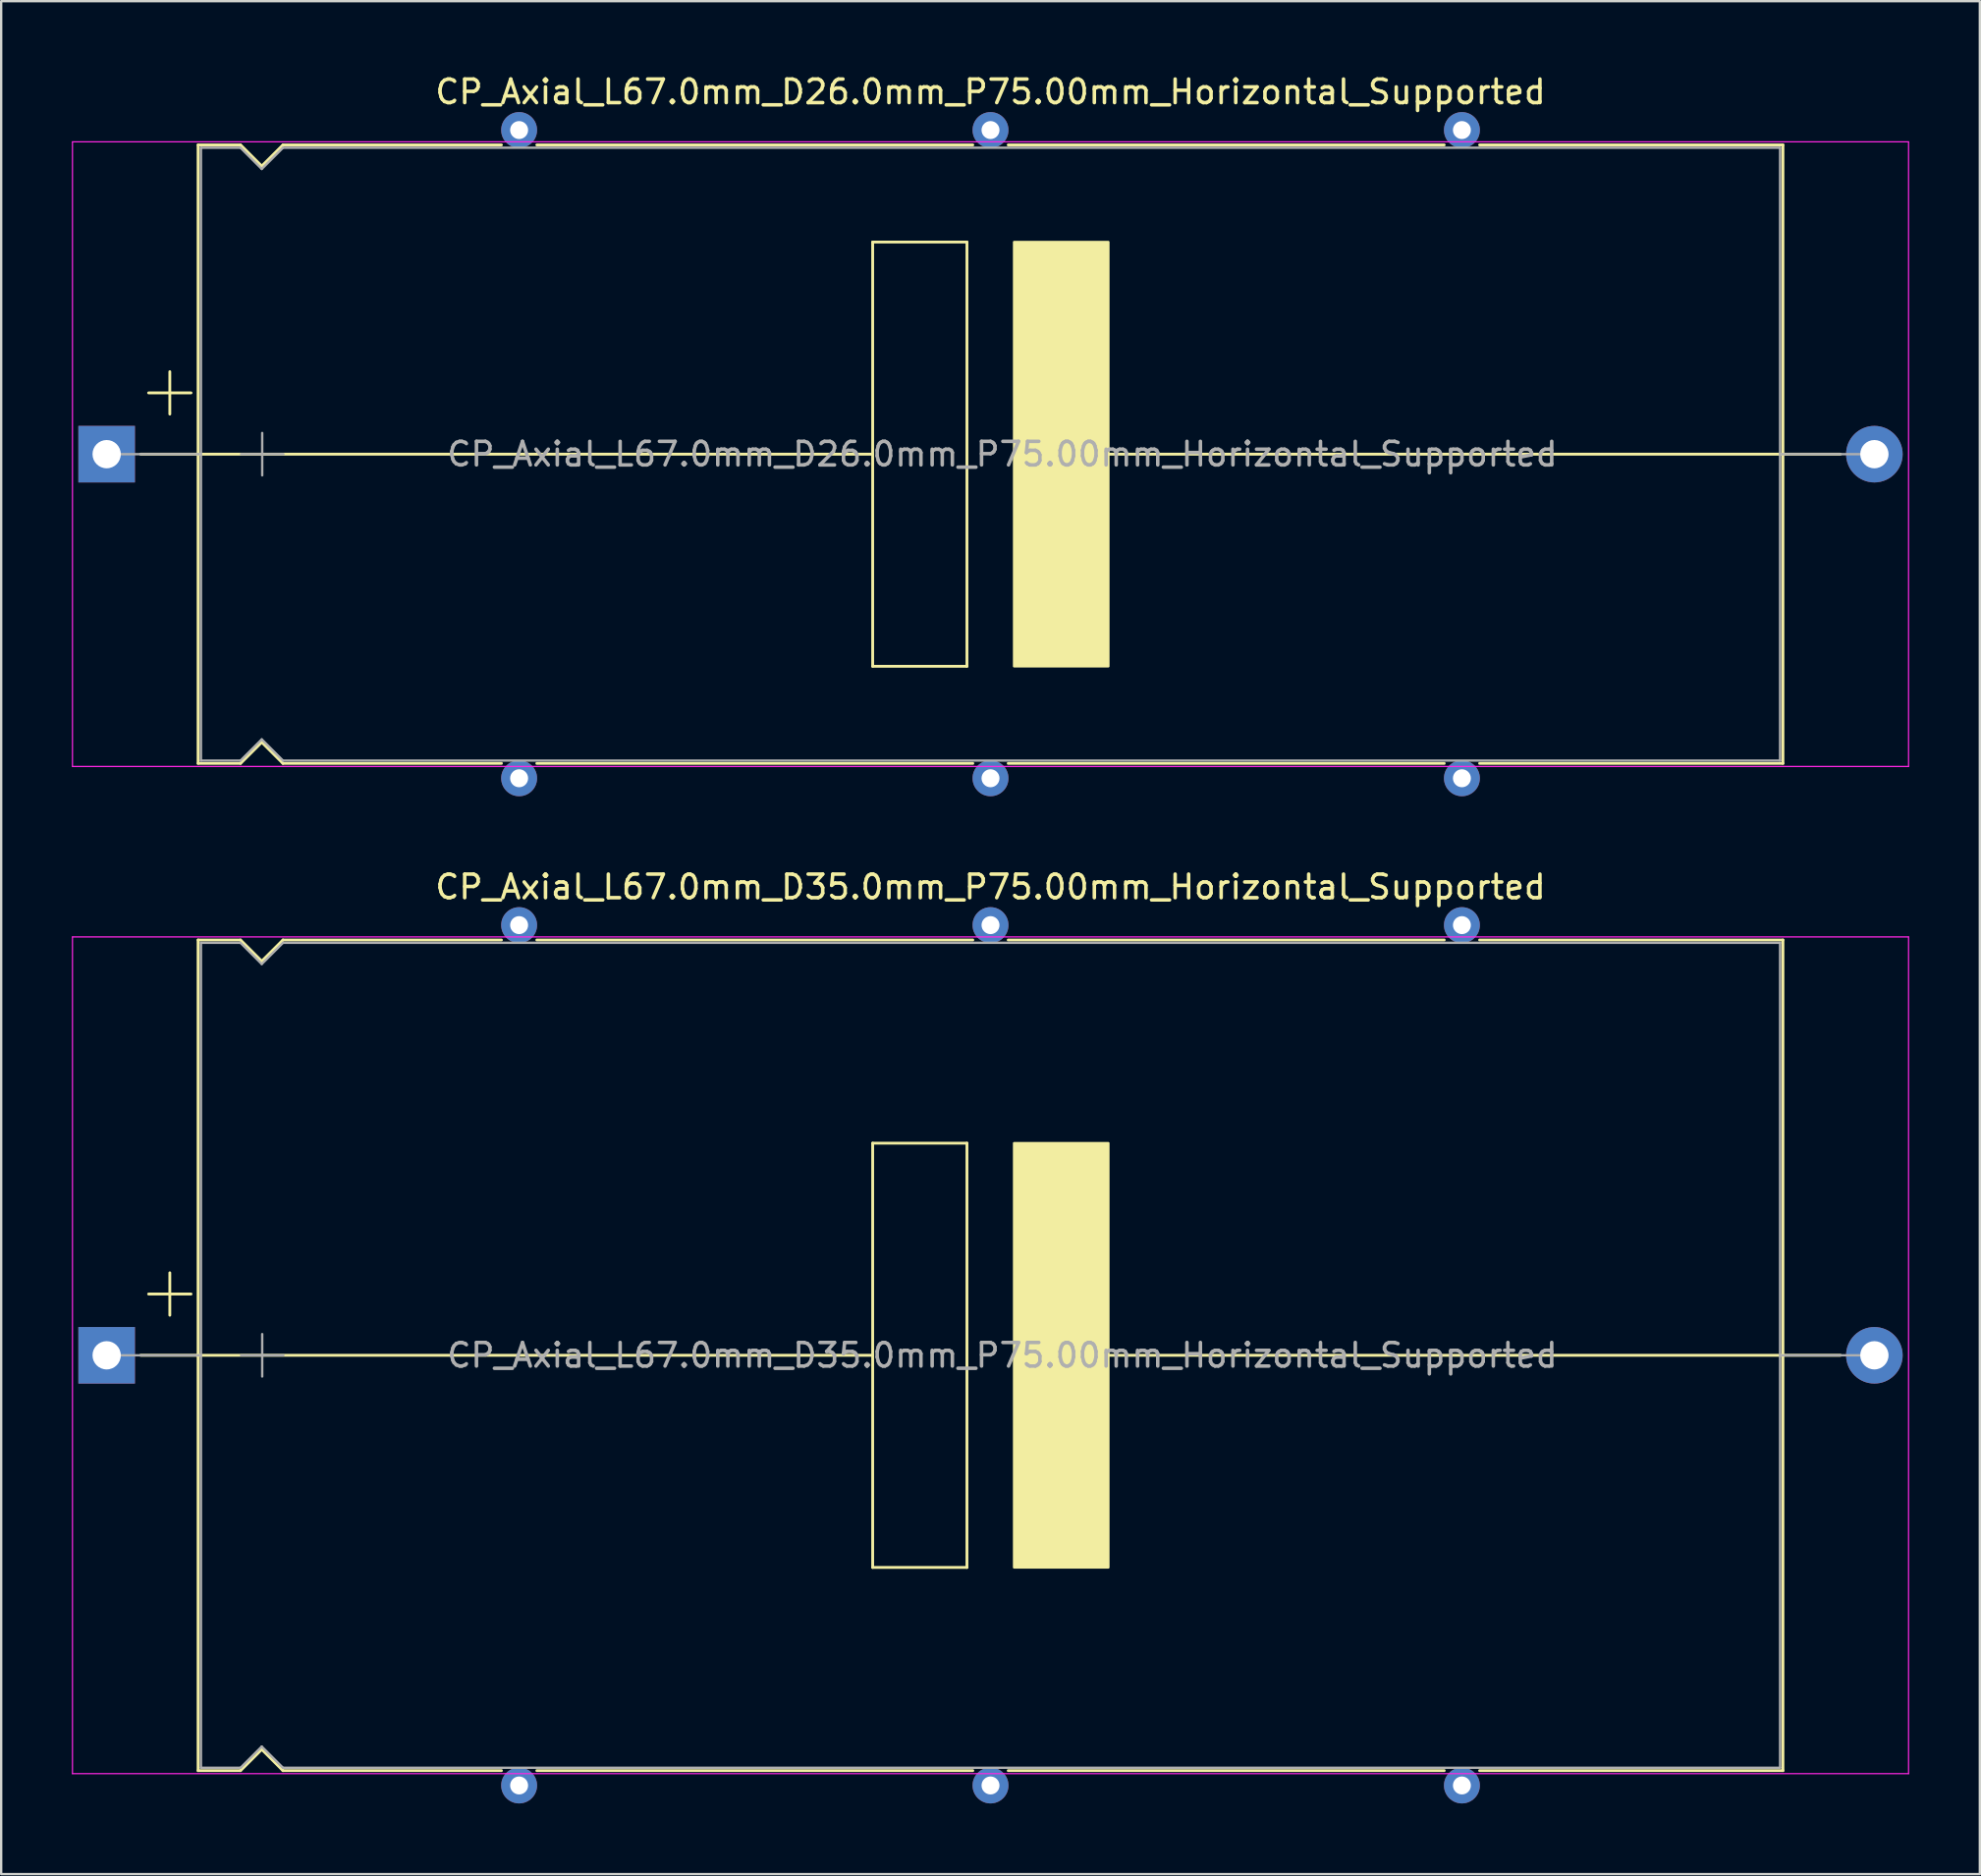
<source format=kicad_pcb>
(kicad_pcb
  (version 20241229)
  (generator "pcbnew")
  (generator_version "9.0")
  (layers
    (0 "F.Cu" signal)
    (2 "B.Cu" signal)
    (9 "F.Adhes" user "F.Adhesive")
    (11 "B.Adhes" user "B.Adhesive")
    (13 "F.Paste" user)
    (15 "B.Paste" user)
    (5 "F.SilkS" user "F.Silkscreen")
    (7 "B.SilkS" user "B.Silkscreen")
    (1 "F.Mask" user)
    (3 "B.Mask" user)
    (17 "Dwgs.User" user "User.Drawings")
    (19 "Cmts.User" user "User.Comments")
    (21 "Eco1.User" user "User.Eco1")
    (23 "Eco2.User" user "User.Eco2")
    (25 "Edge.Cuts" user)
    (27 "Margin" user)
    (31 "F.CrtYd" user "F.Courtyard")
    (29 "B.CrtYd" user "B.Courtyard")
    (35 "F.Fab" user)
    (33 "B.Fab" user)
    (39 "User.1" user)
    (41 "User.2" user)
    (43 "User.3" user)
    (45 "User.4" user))
  (footprint "CP_Axial_L67.0mm_D35.0mm_P75.00mm_Horizontal_Supported"
    (layer "F.Cu")
    (at 1.475 54.449)
    (property "Reference" "CP_Axial_L67.0mm_D35.0mm_P75.00mm_Horizontal_Supported" (at 37.5 -19.87 0) (layer "F.SilkS") (effects (font (size 1 1) (thickness 0.15))))
    (attr through_hole)
    (fp_line (start 1.44 0) (end 3.88 0) (stroke (width 0.12) (type solid)) (layer "F.SilkS"))
    (fp_line (start 1.78 -2.6) (end 3.58 -2.6) (stroke (width 0.12) (type solid)) (layer "F.SilkS"))
    (fp_line (start 2.68 -3.5) (end 2.68 -1.7) (stroke (width 0.12) (type solid)) (layer "F.SilkS"))
    (fp_line (start 3.88 -17.62) (end 3.88 17.62) (stroke (width 0.12) (type solid)) (layer "F.SilkS"))
    (fp_line (start 3.88 -17.62) (end 5.68 -17.62) (stroke (width 0.12) (type solid)) (layer "F.SilkS"))
    (fp_line (start 3.88 0) (end 32.5 0) (stroke (width 0.12) (type solid)) (layer "F.SilkS"))
    (fp_line (start 3.88 17.62) (end 5.68 17.62) (stroke (width 0.12) (type solid)) (layer "F.SilkS"))
    (fp_line (start 5.68 -17.62) (end 6.58 -16.72) (stroke (width 0.12) (type solid)) (layer "F.SilkS"))
    (fp_line (start 5.68 17.62) (end 6.58 16.72) (stroke (width 0.12) (type solid)) (layer "F.SilkS"))
    (fp_line (start 6.58 -16.72) (end 7.48 -17.62) (stroke (width 0.12) (type solid)) (layer "F.SilkS"))
    (fp_line (start 6.58 16.72) (end 7.48 17.62) (stroke (width 0.12) (type solid)) (layer "F.SilkS"))
    (fp_line (start 7.48 -17.62) (end 16.75 -17.62) (stroke (width 0.12) (type solid)) (layer "F.SilkS"))
    (fp_line (start 7.48 17.62) (end 16.75 17.62) (stroke (width 0.12) (type solid)) (layer "F.SilkS"))
    (fp_line (start 18.25 -17.62) (end 36.75 -17.62) (stroke (width 0.12) (type solid)) (layer "F.SilkS"))
    (fp_line (start 18.25 17.62) (end 36.75 17.62) (stroke (width 0.12) (type solid)) (layer "F.SilkS"))
    (fp_line (start 32.5 -9) (end 36.5 -9) (stroke (width 0.12) (type solid)) (layer "F.SilkS"))
    (fp_line (start 32.5 9) (end 32.5 -9) (stroke (width 0.12) (type solid)) (layer "F.SilkS"))
    (fp_line (start 36.5 -9) (end 36.5 9) (stroke (width 0.12) (type solid)) (layer "F.SilkS"))
    (fp_line (start 36.5 9) (end 32.5 9) (stroke (width 0.12) (type solid)) (layer "F.SilkS"))
    (fp_line (start 38.25 -17.62) (end 56.75 -17.62) (stroke (width 0.12) (type solid)) (layer "F.SilkS"))
    (fp_line (start 38.25 17.62) (end 56.75 17.62) (stroke (width 0.12) (type solid)) (layer "F.SilkS"))
    (fp_line (start 42 0) (end 71.12 0) (stroke (width 0.12) (type solid)) (layer "F.SilkS"))
    (fp_line (start 58.25 -17.62) (end 71.12 -17.62) (stroke (width 0.12) (type solid)) (layer "F.SilkS"))
    (fp_line (start 58.25 17.62) (end 71.12 17.62) (stroke (width 0.12) (type solid)) (layer "F.SilkS"))
    (fp_line (start 71.12 -17.62) (end 71.12 17.62) (stroke (width 0.12) (type solid)) (layer "F.SilkS"))
    (fp_line (start 73.56 0) (end 71.12 0) (stroke (width 0.12) (type solid)) (layer "F.SilkS"))
    (fp_poly (pts (xy 42.5 9) (xy 38.5 9) (xy 38.5 -9) (xy 42.5 -9)) (stroke (width 0.1) (type solid)) (fill yes) (layer "F.SilkS"))
    (fp_line (start -1.45 -17.75) (end -1.45 17.75) (stroke (width 0.05) (type solid)) (layer "F.CrtYd"))
    (fp_line (start -1.45 17.75) (end 76.45 17.75) (stroke (width 0.05) (type solid)) (layer "F.CrtYd"))
    (fp_line (start 76.45 -17.75) (end -1.45 -17.75) (stroke (width 0.05) (type solid)) (layer "F.CrtYd"))
    (fp_line (start 76.45 17.75) (end 76.45 -17.75) (stroke (width 0.05) (type solid)) (layer "F.CrtYd"))
    (fp_line (start 0 0) (end 4 0) (stroke (width 0.1) (type solid)) (layer "F.Fab"))
    (fp_line (start 4 -17.5) (end 4 17.5) (stroke (width 0.1) (type solid)) (layer "F.Fab"))
    (fp_line (start 4 -17.5) (end 5.68 -17.5) (stroke (width 0.1) (type solid)) (layer "F.Fab"))
    (fp_line (start 4 17.5) (end 5.68 17.5) (stroke (width 0.1) (type solid)) (layer "F.Fab"))
    (fp_line (start 5.68 -17.5) (end 6.58 -16.6) (stroke (width 0.1) (type solid)) (layer "F.Fab"))
    (fp_line (start 5.68 17.5) (end 6.58 16.6) (stroke (width 0.1) (type solid)) (layer "F.Fab"))
    (fp_line (start 5.7 0) (end 7.5 0) (stroke (width 0.1) (type solid)) (layer "F.Fab"))
    (fp_line (start 6.58 -16.6) (end 7.48 -17.5) (stroke (width 0.1) (type solid)) (layer "F.Fab"))
    (fp_line (start 6.58 16.6) (end 7.48 17.5) (stroke (width 0.1) (type solid)) (layer "F.Fab"))
    (fp_line (start 6.6 -0.9) (end 6.6 0.9) (stroke (width 0.1) (type solid)) (layer "F.Fab"))
    (fp_line (start 7.48 -17.5) (end 71 -17.5) (stroke (width 0.1) (type solid)) (layer "F.Fab"))
    (fp_line (start 7.48 17.5) (end 71 17.5) (stroke (width 0.1) (type solid)) (layer "F.Fab"))
    (fp_line (start 71 -17.5) (end 71 17.5) (stroke (width 0.1) (type solid)) (layer "F.Fab"))
    (fp_line (start 75 0) (end 71 0) (stroke (width 0.1) (type solid)) (layer "F.Fab"))
    (fp_text user "${REFERENCE}" (at 38 0 0) (layer "F.Fab") (effects (font (size 1 1) (thickness 0.15))))
    (pad "" thru_hole circle (at 57.5 -18.25) (size 1.524 1.524) (drill 0.762) (layers "*.Cu" "*.Mask"))
    (pad "1" thru_hole rect (at 0 0) (size 2.4 2.4) (drill 1.2) (layers "*.Cu" "*.Mask"))
    (pad "2" thru_hole oval (at 75 0) (size 2.4 2.4) (drill 1.2) (layers "*.Cu" "*.Mask"))
    (pad "~" thru_hole circle (at 17.5 -18.25) (size 1.524 1.524) (drill 0.762) (layers "*.Cu" "*.Mask"))
    (pad "~" thru_hole circle (at 17.5 18.25) (size 1.524 1.524) (drill 0.762) (layers "*.Cu" "*.Mask"))
    (pad "~" thru_hole circle (at 37.5 -18.25) (size 1.524 1.524) (drill 0.762) (layers "*.Cu" "*.Mask"))
    (pad "~" thru_hole circle (at 37.5 18.25) (size 1.524 1.524) (drill 0.762) (layers "*.Cu" "*.Mask"))
    (pad "~" thru_hole circle (at 57.5 18.25) (size 1.524 1.524) (drill 0.762) (layers "*.Cu" "*.Mask")))
  (footprint "CP_Axial_L67.0mm_D26.0mm_P75.00mm_Horizontal_Supported"
    (layer "F.Cu")
    (at 1.475 16.218)
    (property "Reference" "CP_Axial_L67.0mm_D26.0mm_P75.00mm_Horizontal_Supported" (at 37.5 -15.37 0) (layer "F.SilkS") (effects (font (size 1 1) (thickness 0.15))))
    (attr through_hole)
    (fp_line (start 1.44 0) (end 3.88 0) (stroke (width 0.12) (type solid)) (layer "F.SilkS"))
    (fp_line (start 1.78 -2.6) (end 3.58 -2.6) (stroke (width 0.12) (type solid)) (layer "F.SilkS"))
    (fp_line (start 2.68 -3.5) (end 2.68 -1.7) (stroke (width 0.12) (type solid)) (layer "F.SilkS"))
    (fp_line (start 3.873 0) (end 32.5 0) (stroke (width 0.12) (type solid)) (layer "F.SilkS"))
    (fp_line (start 3.88 -13.12) (end 3.88 13.12) (stroke (width 0.12) (type solid)) (layer "F.SilkS"))
    (fp_line (start 3.88 -13.12) (end 5.68 -13.12) (stroke (width 0.12) (type solid)) (layer "F.SilkS"))
    (fp_line (start 3.88 13.12) (end 5.68 13.12) (stroke (width 0.12) (type solid)) (layer "F.SilkS"))
    (fp_line (start 5.68 -13.12) (end 6.58 -12.22) (stroke (width 0.12) (type solid)) (layer "F.SilkS"))
    (fp_line (start 5.68 13.12) (end 6.58 12.22) (stroke (width 0.12) (type solid)) (layer "F.SilkS"))
    (fp_line (start 6.58 -12.22) (end 7.48 -13.12) (stroke (width 0.12) (type solid)) (layer "F.SilkS"))
    (fp_line (start 6.58 12.22) (end 7.48 13.12) (stroke (width 0.12) (type solid)) (layer "F.SilkS"))
    (fp_line (start 7.48 -13.12) (end 16.75 -13.12) (stroke (width 0.12) (type solid)) (layer "F.SilkS"))
    (fp_line (start 7.48 13.12) (end 16.75 13.12) (stroke (width 0.12) (type solid)) (layer "F.SilkS"))
    (fp_line (start 18.25 -13.12) (end 36.75 -13.12) (stroke (width 0.12) (type solid)) (layer "F.SilkS"))
    (fp_line (start 18.25 13.12) (end 36.75 13.12) (stroke (width 0.12) (type solid)) (layer "F.SilkS"))
    (fp_line (start 32.5 -9) (end 36.5 -9) (stroke (width 0.12) (type solid)) (layer "F.SilkS"))
    (fp_line (start 32.5 9) (end 32.5 -9) (stroke (width 0.12) (type solid)) (layer "F.SilkS"))
    (fp_line (start 36.5 -9) (end 36.5 9) (stroke (width 0.12) (type solid)) (layer "F.SilkS"))
    (fp_line (start 36.5 9) (end 32.5 9) (stroke (width 0.12) (type solid)) (layer "F.SilkS"))
    (fp_line (start 38.25 -13.12) (end 56.75 -13.12) (stroke (width 0.12) (type solid)) (layer "F.SilkS"))
    (fp_line (start 38.25 13.12) (end 56.75 13.12) (stroke (width 0.12) (type solid)) (layer "F.SilkS"))
    (fp_line (start 42 0) (end 71.12 0) (stroke (width 0.12) (type solid)) (layer "F.SilkS"))
    (fp_line (start 58.25 -13.12) (end 71.12 -13.12) (stroke (width 0.12) (type solid)) (layer "F.SilkS"))
    (fp_line (start 58.25 13.12) (end 71.12 13.12) (stroke (width 0.12) (type solid)) (layer "F.SilkS"))
    (fp_line (start 71.12 -13.12) (end 71.12 13.12) (stroke (width 0.12) (type solid)) (layer "F.SilkS"))
    (fp_line (start 73.56 0) (end 71.12 0) (stroke (width 0.12) (type solid)) (layer "F.SilkS"))
    (fp_poly (pts (xy 42.5 9) (xy 38.5 9) (xy 38.5 -9) (xy 42.5 -9)) (stroke (width 0.1) (type solid)) (fill yes) (layer "F.SilkS"))
    (fp_line (start -1.45 -13.25) (end -1.45 13.25) (stroke (width 0.05) (type solid)) (layer "F.CrtYd"))
    (fp_line (start -1.45 13.25) (end 76.45 13.25) (stroke (width 0.05) (type solid)) (layer "F.CrtYd"))
    (fp_line (start 76.45 -13.25) (end -1.45 -13.25) (stroke (width 0.05) (type solid)) (layer "F.CrtYd"))
    (fp_line (start 76.45 13.25) (end 76.45 -13.25) (stroke (width 0.05) (type solid)) (layer "F.CrtYd"))
    (fp_line (start 0 0) (end 4 0) (stroke (width 0.1) (type solid)) (layer "F.Fab"))
    (fp_line (start 4 -13) (end 4 13) (stroke (width 0.1) (type solid)) (layer "F.Fab"))
    (fp_line (start 4 -13) (end 5.68 -13) (stroke (width 0.1) (type solid)) (layer "F.Fab"))
    (fp_line (start 4 13) (end 5.68 13) (stroke (width 0.1) (type solid)) (layer "F.Fab"))
    (fp_line (start 5.68 -13) (end 6.58 -12.1) (stroke (width 0.1) (type solid)) (layer "F.Fab"))
    (fp_line (start 5.68 13) (end 6.58 12.1) (stroke (width 0.1) (type solid)) (layer "F.Fab"))
    (fp_line (start 5.7 0) (end 7.5 0) (stroke (width 0.1) (type solid)) (layer "F.Fab"))
    (fp_line (start 6.58 -12.1) (end 7.48 -13) (stroke (width 0.1) (type solid)) (layer "F.Fab"))
    (fp_line (start 6.58 12.1) (end 7.48 13) (stroke (width 0.1) (type solid)) (layer "F.Fab"))
    (fp_line (start 6.6 -0.9) (end 6.6 0.9) (stroke (width 0.1) (type solid)) (layer "F.Fab"))
    (fp_line (start 7.48 -13) (end 71 -13) (stroke (width 0.1) (type solid)) (layer "F.Fab"))
    (fp_line (start 7.48 13) (end 71 13) (stroke (width 0.1) (type solid)) (layer "F.Fab"))
    (fp_line (start 71 -13) (end 71 13) (stroke (width 0.1) (type solid)) (layer "F.Fab"))
    (fp_line (start 75 0) (end 71 0) (stroke (width 0.1) (type solid)) (layer "F.Fab"))
    (fp_text user "${REFERENCE}" (at 38 0 0) (layer "F.Fab") (effects (font (size 1 1) (thickness 0.15))))
    (pad "1" thru_hole rect (at 0 0) (size 2.4 2.4) (drill 1.2) (layers "*.Cu" "*.Mask"))
    (pad "2" thru_hole oval (at 75 0) (size 2.4 2.4) (drill 1.2) (layers "*.Cu" "*.Mask"))
    (pad "~" thru_hole circle (at 17.5 -13.75) (size 1.524 1.524) (drill 0.762) (layers "*.Cu" "*.Mask"))
    (pad "~" thru_hole circle (at 17.5 13.75) (size 1.524 1.524) (drill 0.762) (layers "*.Cu" "*.Mask"))
    (pad "~" thru_hole circle (at 37.5 -13.75) (size 1.524 1.524) (drill 0.762) (layers "*.Cu" "*.Mask"))
    (pad "~" thru_hole circle (at 37.5 13.75) (size 1.524 1.524) (drill 0.762) (layers "*.Cu" "*.Mask"))
    (pad "~" thru_hole circle (at 57.5 -13.75) (size 1.524 1.524) (drill 0.762) (layers "*.Cu" "*.Mask"))
    (pad "~" thru_hole circle (at 57.5 13.75) (size 1.524 1.524) (drill 0.762) (layers "*.Cu" "*.Mask")))
  (gr_rect
    (start -3 -3)
    (end 80.95 76.46)
    (stroke (width 0.1) (type default))
    (fill no)
    (layer "Edge.Cuts")))
</source>
